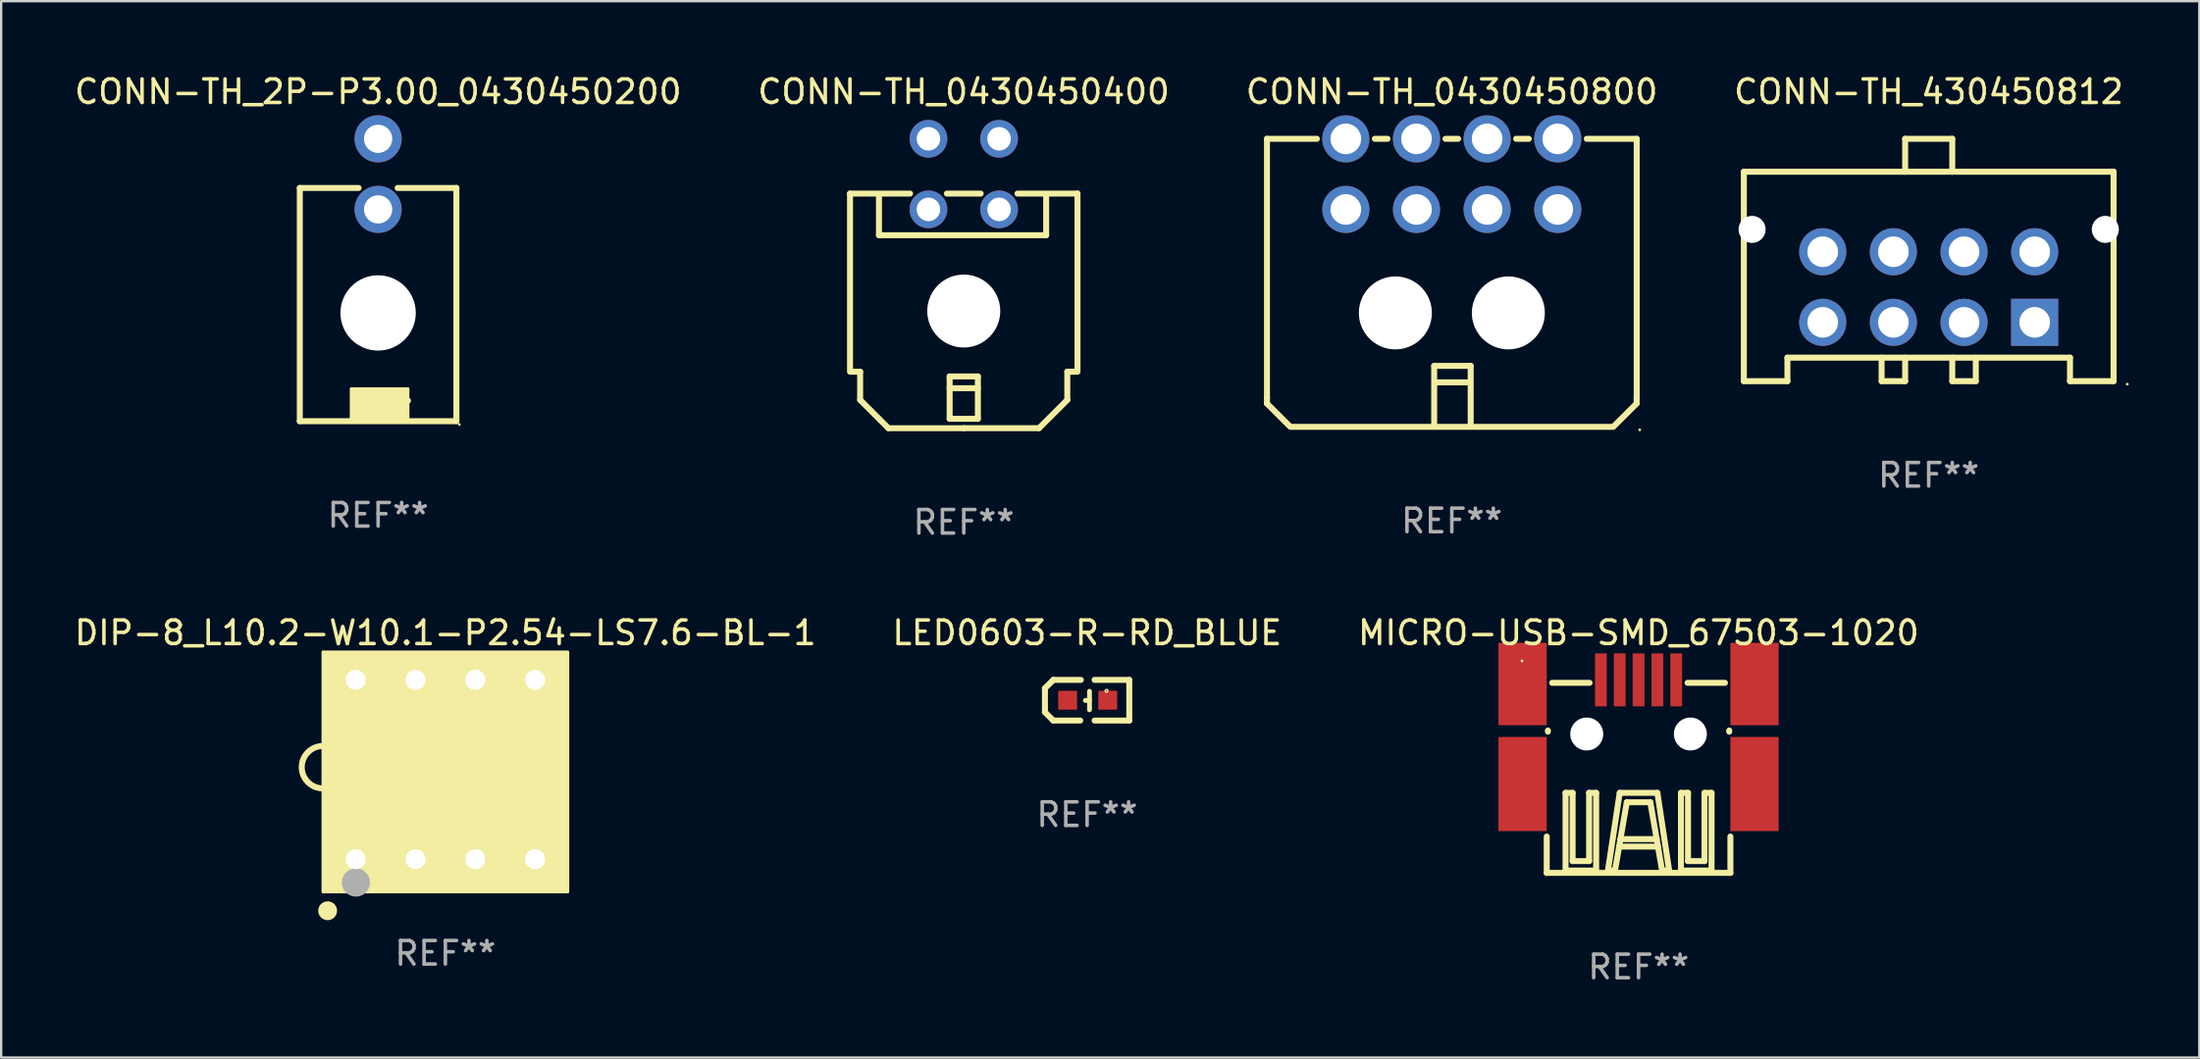
<source format=kicad_pcb>
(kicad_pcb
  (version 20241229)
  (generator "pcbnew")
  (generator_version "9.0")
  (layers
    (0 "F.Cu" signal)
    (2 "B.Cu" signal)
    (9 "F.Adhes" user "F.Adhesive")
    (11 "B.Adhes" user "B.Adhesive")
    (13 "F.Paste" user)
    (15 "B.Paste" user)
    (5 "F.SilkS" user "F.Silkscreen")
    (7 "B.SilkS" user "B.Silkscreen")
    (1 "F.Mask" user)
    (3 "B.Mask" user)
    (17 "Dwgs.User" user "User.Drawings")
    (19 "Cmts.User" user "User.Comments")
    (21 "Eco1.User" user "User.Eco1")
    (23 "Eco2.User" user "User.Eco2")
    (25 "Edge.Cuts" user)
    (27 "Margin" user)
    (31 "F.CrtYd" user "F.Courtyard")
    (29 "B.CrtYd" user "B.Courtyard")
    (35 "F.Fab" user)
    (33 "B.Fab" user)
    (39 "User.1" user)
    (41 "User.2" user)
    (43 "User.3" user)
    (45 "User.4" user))
  (footprint "CONN-TH_2P-P3.00_0430450200"
    (layer "F.Cu")
    (at 13.006 8.848)
    (property "Reference" "CONN-TH_2P-P3.00_0430450200" (at 0 -8 0) (layer "F.SilkS") (effects (font (size 1 1) (thickness 0.15))))
    (attr through_hole)
    (fp_line (start -3.325 -3.91) (end -0.828 -3.91) (stroke (width 0.254) (type solid)) (layer "F.SilkS"))
    (fp_line (start -3.325 6) (end -3.325 -3.91) (stroke (width 0.254) (type solid)) (layer "F.SilkS"))
    (fp_line (start -3.325 6) (end 3.325 6) (stroke (width 0.254) (type solid)) (layer "F.SilkS"))
    (fp_line (start -1.016 5.128) (end 1.27 5.128) (stroke (width 0.254) (type solid)) (layer "F.SilkS"))
    (fp_line (start 0.828 -3.91) (end 3.325 -3.91) (stroke (width 0.254) (type solid)) (layer "F.SilkS"))
    (fp_line (start 3.325 6) (end 3.325 -3.91) (stroke (width 0.254) (type solid)) (layer "F.SilkS"))
    (fp_circle (center 3.452 6.144) (end 3.482 6.144) (stroke (width 0.06) (type solid)) (fill no) (layer "F.SilkS"))
    (fp_poly (pts (xy -1.143 4.62) (xy 1.27 4.62) (xy 1.27 6.017) (xy -1.143 6.017)) (stroke (width 0.12) (type solid)) (fill yes) (layer "F.SilkS"))
    (fp_text user "REF**" (at 0 10 0) (layer "F.Fab") (effects (font (size 1 1) (thickness 0.15))))
    (pad "" np_thru_hole circle (at 0 1.4) (size 3.2 3.2) (drill 3.2) (layers "*.Cu" "*.Mask"))
    (pad "1" thru_hole circle (at 0 -3) (size 2 2) (drill 1.2) (layers "*.Cu" "*.Mask"))
    (pad "2" thru_hole circle (at 0 -6) (size 2 2) (drill 1.2) (layers "*.Cu" "*.Mask")))
  (footprint "CONN-TH_430450812"
    (layer "F.Cu")
    (at 78.851 7.998)
    (property "Reference" "CONN-TH_430450812" (at 0 -7.15 0) (layer "F.SilkS") (effects (font (size 1 1) (thickness 0.15))))
    (attr through_hole)
    (fp_line (start -7.85 -3.75) (end -7.85 5.15) (stroke (width 0.254) (type solid)) (layer "F.SilkS"))
    (fp_line (start -6 4.15) (end -6 5.15) (stroke (width 0.254) (type solid)) (layer "F.SilkS"))
    (fp_line (start -6 4.15) (end 6 4.15) (stroke (width 0.254) (type solid)) (layer "F.SilkS"))
    (fp_line (start -6 5.15) (end -7.85 5.15) (stroke (width 0.254) (type solid)) (layer "F.SilkS"))
    (fp_line (start -2 4.15) (end -2 5.15) (stroke (width 0.254) (type solid)) (layer "F.SilkS"))
    (fp_line (start -2 5.15) (end -1 5.15) (stroke (width 0.254) (type solid)) (layer "F.SilkS"))
    (fp_line (start -1 -5.15) (end 1 -5.15) (stroke (width 0.254) (type solid)) (layer "F.SilkS"))
    (fp_line (start -1 -3.75) (end -1 -5.15) (stroke (width 0.254) (type solid)) (layer "F.SilkS"))
    (fp_line (start -1 5.15) (end -1 4.15) (stroke (width 0.254) (type solid)) (layer "F.SilkS"))
    (fp_line (start 1 -5.15) (end 1 -3.75) (stroke (width 0.254) (type solid)) (layer "F.SilkS"))
    (fp_line (start 1 4.15) (end 1 5.15) (stroke (width 0.254) (type solid)) (layer "F.SilkS"))
    (fp_line (start 1 5.15) (end 2 5.15) (stroke (width 0.254) (type solid)) (layer "F.SilkS"))
    (fp_line (start 2 5.15) (end 2 4.15) (stroke (width 0.254) (type solid)) (layer "F.SilkS"))
    (fp_line (start 6 4.15) (end 6 5.15) (stroke (width 0.254) (type solid)) (layer "F.SilkS"))
    (fp_line (start 6 5.15) (end 7.85 5.15) (stroke (width 0.254) (type solid)) (layer "F.SilkS"))
    (fp_line (start 7.85 -3.75) (end -7.85 -3.75) (stroke (width 0.254) (type solid)) (layer "F.SilkS"))
    (fp_line (start 7.85 5.15) (end 7.85 -3.75) (stroke (width 0.254) (type solid)) (layer "F.SilkS"))
    (fp_circle (center 8.431 5.277) (end 8.461 5.277) (stroke (width 0.06) (type solid)) (fill no) (layer "F.SilkS"))
    (fp_text user "1" (at 6.401 2.658 0) (layer "B.Mask") (effects (font (size 1 1) (thickness 0.15))))
    (fp_text user "REF**" (at 0 9.15 0) (layer "F.Fab") (effects (font (size 1 1) (thickness 0.15))))
    (pad "" np_thru_hole circle (at -7.5 -1.3) (size 1.15 1.15) (drill 1.15) (layers "*.Cu" "*.Mask"))
    (pad "" np_thru_hole circle (at 7.5 -1.3) (size 1.15 1.15) (drill 1.15) (layers "*.Cu" "*.Mask"))
    (pad "1" thru_hole rect (at 4.5 2.65) (size 2 2) (drill 1.3) (layers "*.Cu" "*.Mask"))
    (pad "2" thru_hole circle (at 1.5 2.65) (size 2 2) (drill 1.3) (layers "*.Cu" "*.Mask"))
    (pad "3" thru_hole circle (at -1.5 2.65) (size 2 2) (drill 1.3) (layers "*.Cu" "*.Mask"))
    (pad "4" thru_hole circle (at -4.5 2.65) (size 2 2) (drill 1.3) (layers "*.Cu" "*.Mask"))
    (pad "5" thru_hole circle (at 4.5 -0.35) (size 2 2) (drill 1.3) (layers "*.Cu" "*.Mask"))
    (pad "6" thru_hole circle (at 1.5 -0.35) (size 2 2) (drill 1.3) (layers "*.Cu" "*.Mask"))
    (pad "7" thru_hole circle (at -1.5 -0.35) (size 2 2) (drill 1.3) (layers "*.Cu" "*.Mask"))
    (pad "8" thru_hole circle (at -4.5 -0.35) (size 2 2) (drill 1.3) (layers "*.Cu" "*.Mask")))
  (footprint "CONN-TH_0430450400"
    (layer "F.Cu")
    (at 37.875 8.997)
    (property "Reference" "CONN-TH_0430450400" (at 0 -8.149 0) (layer "F.SilkS") (effects (font (size 1 1) (thickness 0.15))))
    (attr through_hole)
    (fp_line (start -4.83 -3.821) (end -2.28 -3.821) (stroke (width 0.254) (type solid)) (layer "F.SilkS"))
    (fp_line (start -4.83 3.749) (end -4.83 -3.821) (stroke (width 0.254) (type solid)) (layer "F.SilkS"))
    (fp_line (start -4.8 3.749) (end -4.4 3.749) (stroke (width 0.254) (type solid)) (layer "F.SilkS"))
    (fp_line (start -4.4 3.749) (end -4.4 4.949) (stroke (width 0.254) (type solid)) (layer "F.SilkS"))
    (fp_line (start -4.4 4.949) (end -3.2 6.149) (stroke (width 0.254) (type solid)) (layer "F.SilkS"))
    (fp_line (start -3.6 -3.751) (end -3.6 -2.051) (stroke (width 0.254) (type solid)) (layer "F.SilkS"))
    (fp_line (start -3.6 -2.051) (end 3.5 -2.051) (stroke (width 0.254) (type solid)) (layer "F.SilkS"))
    (fp_line (start -3.2 6.149) (end 0 6.149) (stroke (width 0.254) (type solid)) (layer "F.SilkS"))
    (fp_line (start -0.718 -3.821) (end 0.72 -3.821) (stroke (width 0.254) (type solid)) (layer "F.SilkS"))
    (fp_line (start -0.6 3.949) (end 0.6 3.949) (stroke (width 0.254) (type solid)) (layer "F.SilkS"))
    (fp_line (start -0.6 4.449) (end 0.6 4.449) (stroke (width 0.254) (type solid)) (layer "F.SilkS"))
    (fp_line (start -0.6 5.749) (end -0.6 3.949) (stroke (width 0.254) (type solid)) (layer "F.SilkS"))
    (fp_line (start 0.6 3.949) (end 0.6 5.749) (stroke (width 0.254) (type solid)) (layer "F.SilkS"))
    (fp_line (start 0.6 5.749) (end -0.6 5.749) (stroke (width 0.254) (type solid)) (layer "F.SilkS"))
    (fp_line (start 2.282 -3.821) (end 4.83 -3.821) (stroke (width 0.254) (type solid)) (layer "F.SilkS"))
    (fp_line (start 3.197 6.148) (end -0.003 6.148) (stroke (width 0.254) (type solid)) (layer "F.SilkS"))
    (fp_line (start 3.5 -2.051) (end 3.5 -3.751) (stroke (width 0.254) (type solid)) (layer "F.SilkS"))
    (fp_line (start 4.397 3.748) (end 4.397 4.948) (stroke (width 0.254) (type solid)) (layer "F.SilkS"))
    (fp_line (start 4.397 4.948) (end 3.197 6.148) (stroke (width 0.254) (type solid)) (layer "F.SilkS"))
    (fp_line (start 4.797 3.748) (end 4.397 3.748) (stroke (width 0.254) (type solid)) (layer "F.SilkS"))
    (fp_line (start 4.83 -3.821) (end 4.83 3.749) (stroke (width 0.254) (type solid)) (layer "F.SilkS"))
    (fp_text user "REF**" (at 0 10.149 0) (layer "F.Fab") (effects (font (size 1 1) (thickness 0.15))))
    (pad "" np_thru_hole circle (at 0 1.171) (size 3.1 3.1) (drill 3.1) (layers "*.Cu" "*.Mask"))
    (pad "1" thru_hole circle (at 1.501 -3.149) (size 1.6 1.6) (drill 1) (layers "*.Cu" "*.Mask"))
    (pad "2" thru_hole circle (at -1.499 -3.149) (size 1.6 1.6) (drill 1) (layers "*.Cu" "*.Mask"))
    (pad "3" thru_hole circle (at 1.501 -6.149) (size 1.6 1.6) (drill 1) (layers "*.Cu" "*.Mask"))
    (pad "4" thru_hole circle (at -1.499 -6.149) (size 1.6 1.6) (drill 1) (layers "*.Cu" "*.Mask")))
  (footprint "DIP-8_L10.2-W10.1-P2.54-LS7.6-BL-1"
    (layer "F.Cu")
    (at 15.863 29.652)
    (property "Reference" "DIP-8_L10.2-W10.1-P2.54-LS7.6-BL-1" (at 0 -5.81 0) (layer "F.SilkS") (effects (font (size 1 1) (thickness 0.15))))
    (attr through_hole)
    (fp_arc (start -5.200025 0.8) (mid -6.100025 -0.1) (end -5.200025 -1) (stroke (width 0.254001) (type solid)) (layer "F.SilkS"))
    (fp_circle (center -5.1 5.05) (end -5.07 5.05) (stroke (width 0.06) (type solid)) (fill no) (layer "F.SilkS"))
    (fp_circle (center -5 6) (end -4.8 6) (stroke (width 0.4) (type solid)) (fill no) (layer "F.SilkS"))
    (fp_poly (pts (xy -5.2 -5) (xy 5.2 -5) (xy 5.2 5.2) (xy -5.2 5.2)) (stroke (width 0.12) (type solid)) (fill yes) (layer "F.SilkS"))
    (fp_circle (center -3.8 4.8) (end -3.5 4.8) (stroke (width 0.6) (type solid)) (fill no) (layer "F.Fab"))
    (fp_text user "REF**" (at 0 7.81 0) (layer "F.Fab") (effects (font (size 1 1) (thickness 0.15))))
    (pad "1" thru_hole rect (at -3.81 3.81) (size 1.6 1.6) (drill 0.85) (layers "*.Cu" "*.Mask"))
    (pad "2" thru_hole circle (at -1.27 3.81) (size 1.6 1.6) (drill 0.85) (layers "*.Cu" "*.Mask"))
    (pad "3" thru_hole circle (at 1.27 3.81) (size 1.6 1.6) (drill 0.85) (layers "*.Cu" "*.Mask"))
    (pad "4" thru_hole circle (at 3.81 3.81) (size 1.6 1.6) (drill 0.85) (layers "*.Cu" "*.Mask"))
    (pad "5" thru_hole circle (at 3.81 -3.81) (size 1.6 1.6) (drill 0.85) (layers "*.Cu" "*.Mask"))
    (pad "6" thru_hole circle (at 1.27 -3.81) (size 1.6 1.6) (drill 0.85) (layers "*.Cu" "*.Mask"))
    (pad "7" thru_hole circle (at -1.27 -3.81) (size 1.6 1.6) (drill 0.85) (layers "*.Cu" "*.Mask"))
    (pad "8" thru_hole circle (at -3.81 -3.81) (size 1.6 1.6) (drill 0.85) (layers "*.Cu" "*.Mask")))
  (footprint "MICRO-USB-SMD_67503-1020"
    (layer "F.Cu")
    (at 66.53 29.942)
    (property "Reference" "MICRO-USB-SMD_67503-1020" (at 0 -6.1 0) (layer "F.SilkS") (effects (font (size 1 1) (thickness 0.15))))
    (attr through_hole)
    (fp_line (start -3.9 2.556) (end -3.9 4.1) (stroke (width 0.254) (type solid)) (layer "F.SilkS"))
    (fp_line (start -3.9 4.1) (end 3.9 4.1) (stroke (width 0.254) (type solid)) (layer "F.SilkS"))
    (fp_line (start -3.85 -1.901) (end -3.85 -1.949) (stroke (width 0.254) (type solid)) (layer "F.SilkS"))
    (fp_line (start -3.1 0.7) (end -3.1 4) (stroke (width 0.254) (type solid)) (layer "F.SilkS"))
    (fp_line (start -3.1 4) (end -1.8 4) (stroke (width 0.254) (type solid)) (layer "F.SilkS"))
    (fp_line (start -2.8 0.7) (end -3.1 0.7) (stroke (width 0.254) (type solid)) (layer "F.SilkS"))
    (fp_line (start -2.8 3.6) (end -2.8 0.7) (stroke (width 0.254) (type solid)) (layer "F.SilkS"))
    (fp_line (start -2.1 0.7) (end -2.1 3.6) (stroke (width 0.254) (type solid)) (layer "F.SilkS"))
    (fp_line (start -2.1 3.6) (end -2.8 3.6) (stroke (width 0.254) (type solid)) (layer "F.SilkS"))
    (fp_line (start -2.081 -3.975) (end -3.669 -3.975) (stroke (width 0.254) (type solid)) (layer "F.SilkS"))
    (fp_line (start -1.8 0.7) (end -2.1 0.7) (stroke (width 0.254) (type solid)) (layer "F.SilkS"))
    (fp_line (start -1.8 4) (end -1.8 0.7) (stroke (width 0.254) (type solid)) (layer "F.SilkS"))
    (fp_line (start -1.3 4) (end -0.8 0.7) (stroke (width 0.254) (type solid)) (layer "F.SilkS"))
    (fp_line (start -1 4) (end -1.3 4) (stroke (width 0.254) (type solid)) (layer "F.SilkS"))
    (fp_line (start -0.825 2.983) (end 0.825 2.983) (stroke (width 0.254) (type solid)) (layer "F.SilkS"))
    (fp_line (start -0.8 0.7) (end 0.8 0.7) (stroke (width 0.254) (type solid)) (layer "F.SilkS"))
    (fp_line (start -0.77 2.666) (end 0.77 2.665) (stroke (width 0.254) (type solid)) (layer "F.SilkS"))
    (fp_line (start -0.5 1.1) (end -1 4) (stroke (width 0.254) (type solid)) (layer "F.SilkS"))
    (fp_line (start 0.5 1.1) (end -0.5 1.1) (stroke (width 0.254) (type solid)) (layer "F.SilkS"))
    (fp_line (start 0.8 0.7) (end 1.3 4) (stroke (width 0.254) (type solid)) (layer "F.SilkS"))
    (fp_line (start 1 4) (end 0.5 1.1) (stroke (width 0.254) (type solid)) (layer "F.SilkS"))
    (fp_line (start 1.3 4) (end 1 4) (stroke (width 0.254) (type solid)) (layer "F.SilkS"))
    (fp_line (start 1.8 0.7) (end 1.8 4) (stroke (width 0.254) (type solid)) (layer "F.SilkS"))
    (fp_line (start 1.8 4) (end 3.1 4) (stroke (width 0.254) (type solid)) (layer "F.SilkS"))
    (fp_line (start 2.1 0.7) (end 1.8 0.7) (stroke (width 0.254) (type solid)) (layer "F.SilkS"))
    (fp_line (start 2.1 3.6) (end 2.1 0.7) (stroke (width 0.254) (type solid)) (layer "F.SilkS"))
    (fp_line (start 2.8 0.7) (end 2.8 3.6) (stroke (width 0.254) (type solid)) (layer "F.SilkS"))
    (fp_line (start 2.8 3.6) (end 2.1 3.6) (stroke (width 0.254) (type solid)) (layer "F.SilkS"))
    (fp_line (start 3.1 0.7) (end 2.8 0.7) (stroke (width 0.254) (type solid)) (layer "F.SilkS"))
    (fp_line (start 3.1 4) (end 3.1 0.7) (stroke (width 0.254) (type solid)) (layer "F.SilkS"))
    (fp_line (start 3.669 -3.975) (end 2.081 -3.975) (stroke (width 0.254) (type solid)) (layer "F.SilkS"))
    (fp_line (start 3.85 -1.901) (end 3.85 -1.949) (stroke (width 0.254) (type solid)) (layer "F.SilkS"))
    (fp_line (start 3.9 4.1) (end 3.9 2.556) (stroke (width 0.254) (type solid)) (layer "F.SilkS"))
    (fp_circle (center -4.949 -4.905) (end -4.919 -4.905) (stroke (width 0.06) (type solid)) (fill no) (layer "F.SilkS"))
    (fp_text user "REF**" (at 0 8.1 0) (layer "F.Fab") (effects (font (size 1 1) (thickness 0.15))))
    (pad "" np_thru_hole circle (at -2.2 -1.8) (size 1.4 1.4) (drill 1.4) (layers "*.Cu" "*.Mask"))
    (pad "" np_thru_hole circle (at 2.2 -1.8) (size 1.4 1.4) (drill 1.4) (layers "*.Cu" "*.Mask"))
    (pad "1" smd rect (at -1.6 -4.1 90) (size 2.25 0.5) (layers "F.Cu" "F.Mask" "F.Paste"))
    (pad "2" smd rect (at -0.8 -4.1 90) (size 2.25 0.5) (layers "F.Cu" "F.Mask" "F.Paste"))
    (pad "3" smd rect (at 0.000127 -4.1 90) (size 2.25 0.5) (layers "F.Cu" "F.Mask" "F.Paste"))
    (pad "4" smd rect (at 0.8 -4.1 90) (size 2.25 0.5) (layers "F.Cu" "F.Mask" "F.Paste"))
    (pad "5" smd rect (at 1.6 -4.1 90) (size 2.25 0.5) (layers "F.Cu" "F.Mask" "F.Paste"))
    (pad "6" smd rect (at 4.925 -3.925 90) (size 3.5 2.05) (layers "F.Cu" "F.Mask" "F.Paste"))
    (pad "7" smd rect (at 4.925 0.325 90) (size 4 2.05) (layers "F.Cu" "F.Mask" "F.Paste"))
    (pad "8" smd rect (at -4.925 0.325 90) (size 4 2.05) (layers "F.Cu" "F.Mask" "F.Paste"))
    (pad "9" smd rect (at -4.925 -3.925 90) (size 3.5 2.05) (layers "F.Cu" "F.Mask" "F.Paste")))
  (footprint "CONN-TH_0430450800"
    (layer "F.Cu")
    (at 58.601 8.968)
    (property "Reference" "CONN-TH_0430450800" (at 0 -8.12 0) (layer "F.SilkS") (effects (font (size 1 1) (thickness 0.15))))
    (attr through_hole)
    (fp_line (start -7.85 -6.12) (end -5.732 -6.12) (stroke (width 0.254) (type solid)) (layer "F.SilkS"))
    (fp_line (start -7.85 4.88) (end -7.85 -6.12) (stroke (width 0.254) (type solid)) (layer "F.SilkS"))
    (fp_line (start -7.85 4.88) (end -7.85 5.13) (stroke (width 0.254) (type solid)) (layer "F.SilkS"))
    (fp_line (start -7.85 5.13) (end -6.9 6.08) (stroke (width 0.254) (type solid)) (layer "F.SilkS"))
    (fp_line (start -6.85 6.12) (end 6.85 6.12) (stroke (width 0.254) (type solid)) (layer "F.SilkS"))
    (fp_line (start -3.27 -6.12) (end -2.732 -6.12) (stroke (width 0.254) (type solid)) (layer "F.SilkS"))
    (fp_line (start -0.75 3.53) (end -0.75 6.08) (stroke (width 0.254) (type solid)) (layer "F.SilkS"))
    (fp_line (start -0.75 3.53) (end 0.8 3.53) (stroke (width 0.254) (type solid)) (layer "F.SilkS"))
    (fp_line (start -0.7 4.23) (end 0.75 4.23) (stroke (width 0.254) (type solid)) (layer "F.SilkS"))
    (fp_line (start -0.27 -6.12) (end 0.267 -6.12) (stroke (width 0.254) (type solid)) (layer "F.SilkS"))
    (fp_line (start 0.8 3.53) (end 0.8 6.08) (stroke (width 0.254) (type solid)) (layer "F.SilkS"))
    (fp_line (start 2.73 -6.12) (end 3.267 -6.12) (stroke (width 0.254) (type solid)) (layer "F.SilkS"))
    (fp_line (start 5.729 -6.12) (end 7.85 -6.12) (stroke (width 0.254) (type solid)) (layer "F.SilkS"))
    (fp_line (start 7.847 4.879) (end 7.847 5.129) (stroke (width 0.254) (type solid)) (layer "F.SilkS"))
    (fp_line (start 7.847 5.129) (end 6.897 6.079) (stroke (width 0.254) (type solid)) (layer "F.SilkS"))
    (fp_line (start 7.85 -6.12) (end 7.85 4.88) (stroke (width 0.254) (type solid)) (layer "F.SilkS"))
    (fp_circle (center 7.977 6.247) (end 8.007 6.247) (stroke (width 0.06) (type solid)) (fill no) (layer "F.SilkS"))
    (fp_text user "REF**" (at 0 10.12 0) (layer "F.Fab") (effects (font (size 1 1) (thickness 0.15))))
    (pad "" np_thru_hole circle (at -2.398 1.279) (size 3.1 3.1) (drill 3.1) (layers "*.Cu" "*.Mask"))
    (pad "" np_thru_hole circle (at 2.4 1.279) (size 3.1 3.1) (drill 3.1) (layers "*.Cu" "*.Mask"))
    (pad "1" thru_hole circle (at 4.498 -3.118) (size 2 2) (drill 1.3) (layers "*.Cu" "*.Mask"))
    (pad "2" thru_hole circle (at 1.499 -3.118) (size 2 2) (drill 1.3) (layers "*.Cu" "*.Mask"))
    (pad "3" thru_hole circle (at -1.501 -3.118) (size 2 2) (drill 1.3) (layers "*.Cu" "*.Mask"))
    (pad "4" thru_hole circle (at -4.501 -3.118) (size 2 2) (drill 1.3) (layers "*.Cu" "*.Mask"))
    (pad "5" thru_hole circle (at 4.498 -6.117) (size 2 2) (drill 1.3) (layers "*.Cu" "*.Mask"))
    (pad "6" thru_hole circle (at 1.499 -6.117) (size 2 2) (drill 1.3) (layers "*.Cu" "*.Mask"))
    (pad "7" thru_hole circle (at -1.501 -6.117) (size 2 2) (drill 1.3) (layers "*.Cu" "*.Mask"))
    (pad "8" thru_hole circle (at -4.501 -6.117) (size 2 2) (drill 1.3) (layers "*.Cu" "*.Mask")))
  (footprint "LED0603-R-RD_BLUE"
    (layer "F.Cu")
    (at 43.113 26.706)
    (property "Reference" "LED0603-R-RD_BLUE" (at 0 -2.864 0) (layer "F.SilkS") (effects (font (size 1 1) (thickness 0.15))))
    (attr through_hole)
    (fp_line (start -1.791 -0.508) (end -1.435 -0.864) (stroke (width 0.254) (type solid)) (layer "F.SilkS"))
    (fp_line (start -1.791 0.508) (end -1.791 -0.508) (stroke (width 0.254) (type solid)) (layer "F.SilkS"))
    (fp_line (start -1.435 0.864) (end -1.791 0.508) (stroke (width 0.254) (type solid)) (layer "F.SilkS"))
    (fp_line (start -0.292 0.864) (end -1.435 0.864) (stroke (width 0.254) (type solid)) (layer "F.SilkS"))
    (fp_line (start -0.267 -0.864) (end -1.435 -0.864) (stroke (width 0.254) (type solid)) (layer "F.SilkS"))
    (fp_line (start 0.102 0.008) (end -0.074 0.008) (stroke (width 0.203) (type solid)) (layer "F.SilkS"))
    (fp_line (start 0.102 0.406) (end 0.102 -0.381) (stroke (width 0.203) (type solid)) (layer "F.SilkS"))
    (fp_line (start 1.791 -0.864) (end 0.318 -0.864) (stroke (width 0.254) (type solid)) (layer "F.SilkS"))
    (fp_line (start 1.791 0.864) (end 0.318 0.864) (stroke (width 0.254) (type solid)) (layer "F.SilkS"))
    (fp_line (start 1.791 0.864) (end 1.791 -0.864) (stroke (width 0.254) (type solid)) (layer "F.SilkS"))
    (fp_circle (center 0.826 -0.4) (end 0.855 -0.4) (stroke (width 0.06) (type solid)) (fill no) (layer "F.SilkS"))
    (fp_text user "REF**" (at 0 4.864 0) (layer "F.Fab") (effects (font (size 1 1) (thickness 0.15))))
    (pad "1" smd rect (at 0.876 0 90) (size 0.8 0.8) (layers "F.Cu" "F.Mask" "F.Paste"))
    (pad "2" smd rect (at -0.826 0 90) (size 0.8 0.8) (layers "F.Cu" "F.Mask" "F.Paste")))
  (gr_rect
    (start -3 -3)
    (end 90.342 41.89)
    (stroke (width 0.1) (type default))
    (fill no)
    (layer "Edge.Cuts")))
</source>
